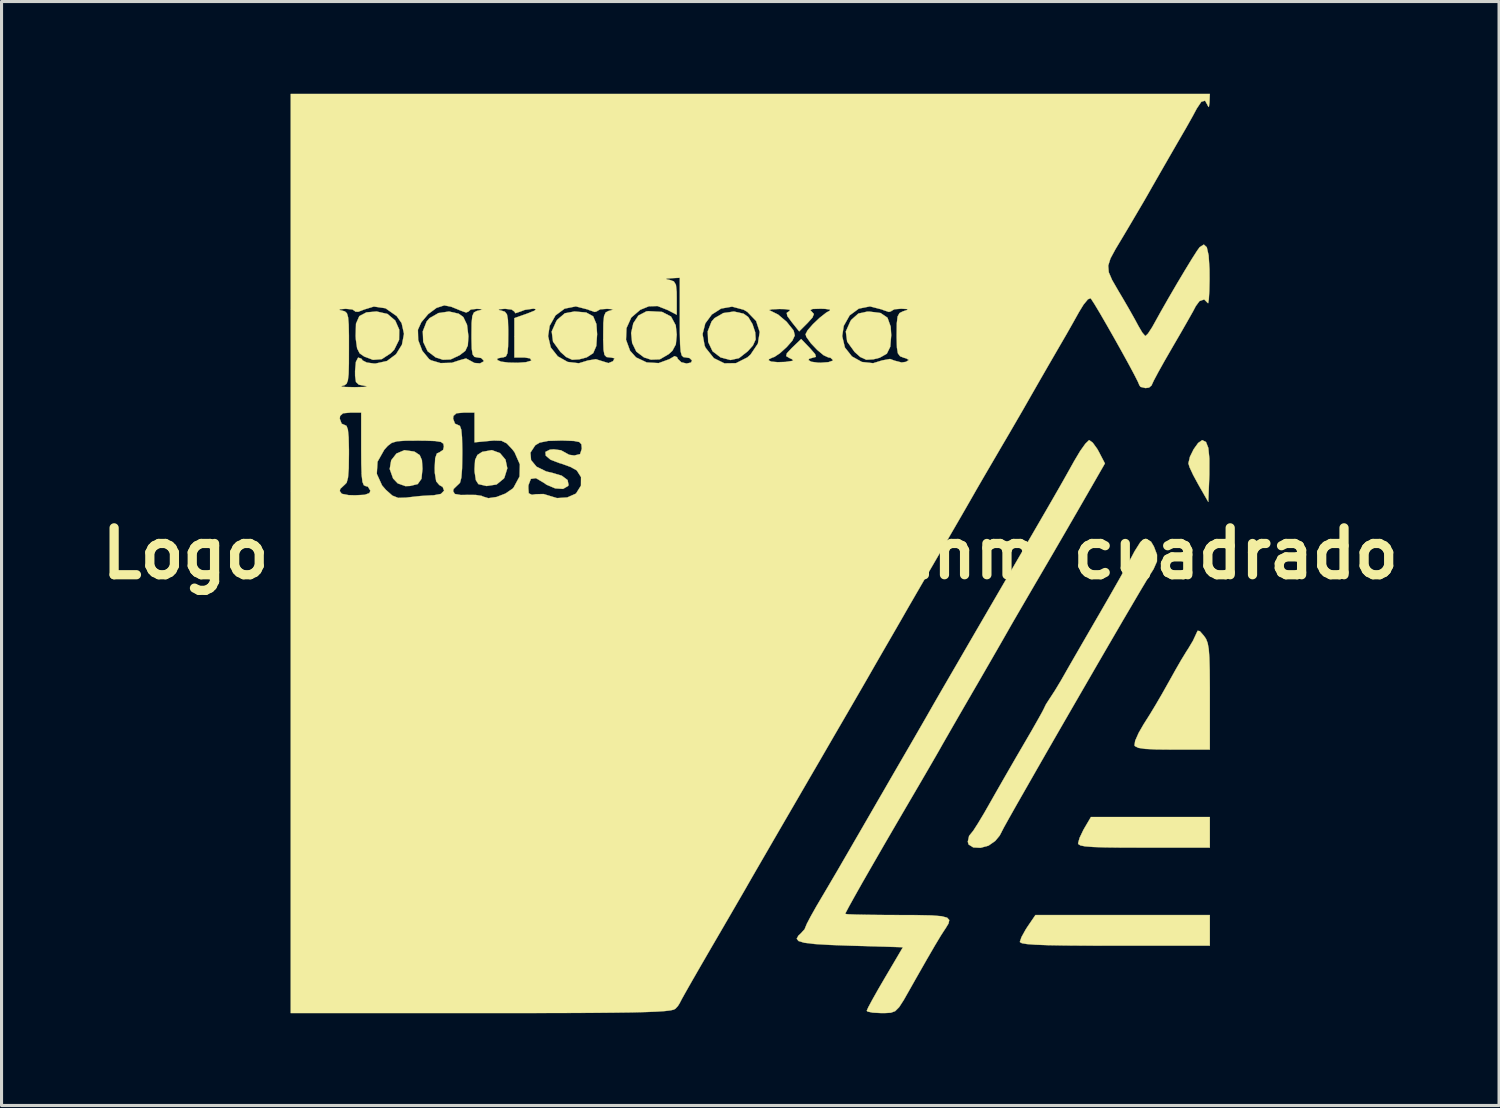
<source format=kicad_pcb>
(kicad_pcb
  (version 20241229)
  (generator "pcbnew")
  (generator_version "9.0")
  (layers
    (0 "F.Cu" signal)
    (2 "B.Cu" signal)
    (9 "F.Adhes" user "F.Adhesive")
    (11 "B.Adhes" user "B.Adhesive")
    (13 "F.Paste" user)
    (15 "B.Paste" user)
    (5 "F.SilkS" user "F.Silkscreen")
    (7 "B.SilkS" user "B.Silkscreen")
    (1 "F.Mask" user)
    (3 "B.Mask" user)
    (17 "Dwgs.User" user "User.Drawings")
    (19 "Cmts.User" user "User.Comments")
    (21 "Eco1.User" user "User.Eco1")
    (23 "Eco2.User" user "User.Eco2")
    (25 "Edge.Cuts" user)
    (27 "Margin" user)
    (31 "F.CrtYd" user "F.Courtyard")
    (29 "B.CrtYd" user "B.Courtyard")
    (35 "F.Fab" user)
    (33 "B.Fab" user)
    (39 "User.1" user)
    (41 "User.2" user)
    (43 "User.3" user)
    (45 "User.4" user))
  (footprint "Logo paradoxa 30x30 mm cuadrado"
    (layer "F.Cu")
    (at 21.343 14.946)
    (property "Reference" "Logo paradoxa 30x30 mm cuadrado" (at 0 0 0) (layer "F.SilkS") (effects (font (size 1.524 1.524) (thickness 0.3))))
    (attr through_hole)
    (fp_poly (pts (xy 14.941 9.562) (xy 12.8 9.562) (xy 12.081 9.561) (xy 11.538 9.554) (xy 11.148 9.541) (xy 10.889 9.521) (xy 10.736 9.491) (xy 10.668 9.45) (xy 10.658 9.419) (xy 10.706 9.246) (xy 10.826 8.994) (xy 10.867 8.921) (xy 11.076 8.566) (xy 14.941 8.566) (xy 14.941 9.562)) (stroke (width 0.01) (type solid)) (fill yes) (layer "F.SilkS"))
    (fp_poly (pts (xy -10.933 -3.316) (xy -10.907 -3.305) (xy -10.747 -3.2) (xy -10.675 -3.033) (xy -10.658 -2.752) (xy -10.69 -2.43) (xy -10.812 -2.258) (xy -11.067 -2.196) (xy -11.212 -2.191) (xy -11.462 -2.281) (xy -11.613 -2.44) (xy -11.723 -2.748) (xy -11.674 -3.032) (xy -11.503 -3.251) (xy -11.244 -3.36) (xy -10.933 -3.316)) (stroke (width 0.01) (type solid)) (fill yes) (layer "F.SilkS"))
    (fp_poly (pts (xy -8.137 -3.264) (xy -7.958 -3.052) (xy -7.899 -2.771) (xy -7.995 -2.464) (xy -8.01 -2.44) (xy -8.247 -2.245) (xy -8.574 -2.195) (xy -8.84 -2.257) (xy -8.921 -2.385) (xy -8.962 -2.654) (xy -8.965 -2.75) (xy -8.947 -3.041) (xy -8.872 -3.204) (xy -8.716 -3.305) (xy -8.401 -3.362) (xy -8.137 -3.264)) (stroke (width 0.01) (type solid)) (fill yes) (layer "F.SilkS"))
    (fp_poly (pts (xy 14.816 -3.626) (xy 14.892 -3.432) (xy 14.926 -3.086) (xy 14.925 -2.566) (xy 14.921 -2.457) (xy 14.891 -1.677) (xy 14.568 -2.242) (xy 14.4 -2.552) (xy 14.283 -2.803) (xy 14.244 -2.932) (xy 14.294 -3.145) (xy 14.414 -3.389) (xy 14.561 -3.594) (xy 14.691 -3.685) (xy 14.698 -3.685) (xy 14.816 -3.626)) (stroke (width 0.01) (type solid)) (fill yes) (layer "F.SilkS"))
    (fp_poly (pts (xy 14.941 12.75) (xy 11.853 12.75) (xy 10.952 12.748) (xy 10.232 12.743) (xy 9.678 12.733) (xy 9.272 12.718) (xy 8.996 12.697) (xy 8.834 12.67) (xy 8.769 12.635) (xy 8.765 12.624) (xy 8.818 12.469) (xy 8.951 12.229) (xy 9.018 12.125) (xy 9.271 11.754) (xy 14.941 11.754) (xy 14.941 12.75)) (stroke (width 0.01) (type solid)) (fill yes) (layer "F.SilkS"))
    (fp_poly (pts (xy -11.794 -7.788) (xy -11.543 -7.575) (xy -11.413 -7.279) (xy -11.418 -6.948) (xy -11.575 -6.629) (xy -11.69 -6.511) (xy -11.984 -6.319) (xy -12.266 -6.297) (xy -12.551 -6.404) (xy -12.7 -6.508) (xy -12.782 -6.669) (xy -12.822 -6.948) (xy -12.83 -7.072) (xy -12.819 -7.472) (xy -12.711 -7.718) (xy -12.48 -7.84) (xy -12.149 -7.869) (xy -11.794 -7.788)) (stroke (width 0.01) (type solid)) (fill yes) (layer "F.SilkS"))
    (fp_poly (pts (xy -5.334 -7.836) (xy -5.108 -7.711) (xy -5.003 -7.461) (xy -4.98 -7.131) (xy -5.006 -6.749) (xy -5.107 -6.514) (xy -5.317 -6.378) (xy -5.559 -6.314) (xy -5.791 -6.3) (xy -5.988 -6.39) (xy -6.172 -6.555) (xy -6.413 -6.889) (xy -6.456 -7.219) (xy -6.304 -7.559) (xy -6.268 -7.607) (xy -6.029 -7.811) (xy -5.714 -7.869) (xy -5.334 -7.836)) (stroke (width 0.01) (type solid)) (fill yes) (layer "F.SilkS"))
    (fp_poly (pts (xy -2.87 -7.856) (xy -2.578 -7.706) (xy -2.423 -7.42) (xy -2.391 -7.114) (xy -2.42 -6.8) (xy -2.533 -6.591) (xy -2.653 -6.482) (xy -2.941 -6.314) (xy -3.228 -6.303) (xy -3.455 -6.376) (xy -3.704 -6.564) (xy -3.841 -6.847) (xy -3.873 -7.171) (xy -3.803 -7.486) (xy -3.637 -7.737) (xy -3.38 -7.872) (xy -3.312 -7.88) (xy -2.87 -7.856)) (stroke (width 0.01) (type solid)) (fill yes) (layer "F.SilkS"))
    (fp_poly (pts (xy -0.218 -7.798) (xy -0.066 -7.688) (xy 0.072 -7.458) (xy 0.16 -7.194) (xy 0.175 -6.961) (xy 0.087 -6.765) (xy -0.08 -6.578) (xy -0.367 -6.352) (xy -0.643 -6.291) (xy -0.965 -6.376) (xy -1.226 -6.576) (xy -1.369 -6.88) (xy -1.383 -7.224) (xy -1.258 -7.543) (xy -1.164 -7.652) (xy -0.874 -7.819) (xy -0.532 -7.868) (xy -0.218 -7.798)) (stroke (width 0.01) (type solid)) (fill yes) (layer "F.SilkS"))
    (fp_poly (pts (xy 4.237 -7.819) (xy 4.461 -7.666) (xy 4.565 -7.376) (xy 4.582 -7.098) (xy 4.552 -6.725) (xy 4.44 -6.497) (xy 4.208 -6.366) (xy 4.004 -6.314) (xy 3.772 -6.3) (xy 3.575 -6.39) (xy 3.391 -6.555) (xy 3.15 -6.889) (xy 3.106 -7.219) (xy 3.258 -7.559) (xy 3.294 -7.607) (xy 3.514 -7.802) (xy 3.803 -7.865) (xy 3.867 -7.866) (xy 4.237 -7.819)) (stroke (width 0.01) (type solid)) (fill yes) (layer "F.SilkS"))
    (fp_poly (pts (xy -9.48 -7.797) (xy -9.329 -7.687) (xy -9.209 -7.436) (xy -9.164 -7.065) (xy -9.164 -7.061) (xy -9.183 -6.766) (xy -9.265 -6.589) (xy -9.447 -6.45) (xy -9.453 -6.446) (xy -9.743 -6.31) (xy -9.992 -6.3) (xy -10.228 -6.376) (xy -10.49 -6.576) (xy -10.633 -6.88) (xy -10.647 -7.224) (xy -10.522 -7.543) (xy -10.428 -7.652) (xy -10.136 -7.819) (xy -9.794 -7.868) (xy -9.48 -7.797)) (stroke (width 0.01) (type solid)) (fill yes) (layer "F.SilkS"))
    (fp_poly (pts (xy 14.616 2.524) (xy 14.749 2.676) (xy 14.819 2.778) (xy 14.87 2.91) (xy 14.905 3.102) (xy 14.926 3.385) (xy 14.937 3.792) (xy 14.941 4.353) (xy 14.941 4.643) (xy 14.941 6.375) (xy 13.743 6.375) (xy 13.207 6.37) (xy 12.841 6.352) (xy 12.618 6.318) (xy 12.51 6.265) (xy 12.491 6.237) (xy 12.514 6.087) (xy 12.627 5.832) (xy 12.785 5.557) (xy 12.988 5.237) (xy 13.176 4.926) (xy 13.382 4.573) (xy 13.633 4.127) (xy 13.824 3.785) (xy 14.007 3.467) (xy 14.181 3.182) (xy 14.242 3.088) (xy 14.393 2.835) (xy 14.484 2.64) (xy 14.544 2.511) (xy 14.616 2.524)) (stroke (width 0.01) (type solid)) (fill yes) (layer "F.SilkS"))
    (fp_poly (pts (xy 13.028 -0.388) (xy 13.123 -0.228) (xy 13.224 0.038) (xy 13.223 0.255) (xy 13.112 0.505) (xy 13.006 0.674) (xy 12.891 0.862) (xy 12.695 1.189) (xy 12.432 1.636) (xy 12.112 2.181) (xy 11.748 2.806) (xy 11.351 3.489) (xy 10.934 4.21) (xy 10.507 4.948) (xy 10.082 5.684) (xy 9.672 6.396) (xy 9.289 7.065) (xy 8.943 7.671) (xy 8.646 8.191) (xy 8.411 8.608) (xy 8.249 8.899) (xy 8.173 9.045) (xy 8.168 9.057) (xy 8.107 9.172) (xy 7.965 9.344) (xy 7.746 9.497) (xy 7.487 9.568) (xy 7.251 9.556) (xy 7.098 9.46) (xy 7.072 9.369) (xy 7.114 9.181) (xy 7.164 9.119) (xy 7.249 9.013) (xy 7.404 8.772) (xy 7.605 8.437) (xy 7.745 8.192) (xy 7.999 7.745) (xy 8.311 7.2) (xy 8.639 6.632) (xy 8.898 6.188) (xy 9.145 5.764) (xy 9.349 5.405) (xy 9.494 5.145) (xy 9.56 5.015) (xy 9.562 5.008) (xy 9.614 4.902) (xy 9.738 4.71) (xy 9.747 4.697) (xy 9.909 4.448) (xy 10.103 4.126) (xy 10.184 3.984) (xy 10.316 3.752) (xy 10.527 3.385) (xy 10.795 2.921) (xy 11.097 2.399) (xy 11.362 1.942) (xy 11.673 1.403) (xy 11.964 0.893) (xy 12.213 0.449) (xy 12.399 0.109) (xy 12.494 -0.072) (xy 12.685 -0.375) (xy 12.863 -0.48) (xy 13.028 -0.388)) (stroke (width 0.01) (type solid)) (fill yes) (layer "F.SilkS"))
    (fp_poly (pts (xy 11.134 -3.604) (xy 11.28 -3.402) (xy 11.333 -3.307) (xy 11.53 -2.929) (xy 11.132 -2.236) (xy 10.681 -1.453) (xy 10.259 -0.723) (xy 9.824 0.026) (xy 9.332 0.868) (xy 9.286 0.946) (xy 9.012 1.416) (xy 8.757 1.854) (xy 8.546 2.217) (xy 8.406 2.461) (xy 8.39 2.49) (xy 8.201 2.821) (xy 7.953 3.253) (xy 7.686 3.716) (xy 7.441 4.141) (xy 7.271 4.433) (xy 7.067 4.785) (xy 6.804 5.239) (xy 6.524 5.726) (xy 6.267 6.174) (xy 6.114 6.444) (xy 5.971 6.692) (xy 5.756 7.063) (xy 5.498 7.506) (xy 5.225 7.973) (xy 5.216 7.988) (xy 4.771 8.749) (xy 4.355 9.464) (xy 3.981 10.113) (xy 3.657 10.677) (xy 3.397 11.138) (xy 3.209 11.477) (xy 3.105 11.674) (xy 3.088 11.717) (xy 3.182 11.729) (xy 3.443 11.739) (xy 3.839 11.747) (xy 4.337 11.752) (xy 4.781 11.754) (xy 5.431 11.756) (xy 5.903 11.766) (xy 6.219 11.792) (xy 6.401 11.84) (xy 6.469 11.916) (xy 6.446 12.027) (xy 6.353 12.181) (xy 6.321 12.228) (xy 6.197 12.42) (xy 6.008 12.734) (xy 5.745 13.187) (xy 5.4 13.792) (xy 5.201 14.144) (xy 4.989 14.518) (xy 4.838 14.751) (xy 4.711 14.878) (xy 4.568 14.93) (xy 4.37 14.941) (xy 4.259 14.941) (xy 3.983 14.927) (xy 3.813 14.891) (xy 3.787 14.866) (xy 3.835 14.756) (xy 3.966 14.511) (xy 4.158 14.17) (xy 4.376 13.796) (xy 4.963 12.8) (xy 3.262 12.75) (xy 2.584 12.725) (xy 2.087 12.695) (xy 1.755 12.654) (xy 1.568 12.598) (xy 1.51 12.524) (xy 1.563 12.425) (xy 1.64 12.354) (xy 1.767 12.214) (xy 1.793 12.148) (xy 1.841 12.033) (xy 1.969 11.79) (xy 2.154 11.462) (xy 2.256 11.289) (xy 2.486 10.9) (xy 2.697 10.541) (xy 2.855 10.272) (xy 2.891 10.21) (xy 3.032 9.966) (xy 3.228 9.628) (xy 3.41 9.313) (xy 3.609 8.97) (xy 3.868 8.522) (xy 4.149 8.035) (xy 4.332 7.72) (xy 4.605 7.246) (xy 4.884 6.765) (xy 5.129 6.343) (xy 5.255 6.126) (xy 5.48 5.736) (xy 5.709 5.339) (xy 5.855 5.083) (xy 5.964 4.892) (xy 6.16 4.552) (xy 6.429 4.088) (xy 6.758 3.522) (xy 7.131 2.878) (xy 7.537 2.18) (xy 7.847 1.647) (xy 8.376 0.738) (xy 8.815 -0.018) (xy 9.176 -0.639) (xy 9.47 -1.146) (xy 9.708 -1.556) (xy 9.9 -1.89) (xy 10.058 -2.165) (xy 10.192 -2.401) (xy 10.314 -2.618) (xy 10.434 -2.833) (xy 10.534 -3.012) (xy 10.725 -3.332) (xy 10.894 -3.569) (xy 11.008 -3.681) (xy 11.022 -3.685) (xy 11.134 -3.604)) (stroke (width 0.01) (type solid)) (fill yes) (layer "F.SilkS"))
    (fp_poly (pts (xy 14.93 -14.667) (xy 14.91 -14.517) (xy 14.876 -14.554) (xy 14.873 -14.568) (xy 14.786 -14.724) (xy 14.664 -14.687) (xy 14.517 -14.468) (xy 14.369 -14.193) (xy 14.194 -13.882) (xy 14.173 -13.845) (xy 13.913 -13.397) (xy 13.613 -12.877) (xy 13.314 -12.357) (xy 13.056 -11.906) (xy 12.97 -11.754) (xy 12.813 -11.48) (xy 12.586 -11.094) (xy 12.325 -10.651) (xy 12.127 -10.318) (xy 11.872 -9.893) (xy 11.709 -9.591) (xy 11.637 -9.359) (xy 11.655 -9.144) (xy 11.763 -8.894) (xy 11.959 -8.554) (xy 12.1 -8.317) (xy 12.309 -7.958) (xy 12.501 -7.617) (xy 12.62 -7.396) (xy 12.745 -7.184) (xy 12.838 -7.076) (xy 12.849 -7.072) (xy 12.931 -7.151) (xy 13.061 -7.35) (xy 13.115 -7.446) (xy 13.341 -7.853) (xy 13.6 -8.307) (xy 13.87 -8.77) (xy 14.129 -9.204) (xy 14.354 -9.573) (xy 14.524 -9.839) (xy 14.612 -9.961) (xy 14.746 -10.045) (xy 14.842 -9.957) (xy 14.902 -9.692) (xy 14.93 -9.241) (xy 14.932 -8.915) (xy 14.924 -8.538) (xy 14.908 -8.267) (xy 14.888 -8.14) (xy 14.875 -8.143) (xy 14.758 -8.26) (xy 14.606 -8.209) (xy 14.484 -8.043) (xy 14.395 -7.874) (xy 14.226 -7.575) (xy 14.003 -7.185) (xy 13.747 -6.745) (xy 13.713 -6.686) (xy 13.466 -6.258) (xy 13.261 -5.891) (xy 13.116 -5.618) (xy 13.05 -5.475) (xy 13.049 -5.466) (xy 12.965 -5.395) (xy 12.849 -5.379) (xy 12.688 -5.418) (xy 12.65 -5.472) (xy 12.603 -5.584) (xy 12.477 -5.832) (xy 12.291 -6.179) (xy 12.066 -6.587) (xy 11.823 -7.021) (xy 11.582 -7.444) (xy 11.365 -7.819) (xy 11.191 -8.109) (xy 11.081 -8.278) (xy 11.062 -8.3) (xy 10.977 -8.265) (xy 10.834 -8.091) (xy 10.688 -7.852) (xy 10.487 -7.493) (xy 10.29 -7.145) (xy 10.19 -6.973) (xy 9.978 -6.608) (xy 9.707 -6.14) (xy 9.417 -5.637) (xy 9.149 -5.169) (xy 9.002 -4.912) (xy 8.86 -4.663) (xy 8.645 -4.293) (xy 8.387 -3.849) (xy 8.113 -3.383) (xy 8.105 -3.368) (xy 7.832 -2.901) (xy 7.572 -2.456) (xy 7.356 -2.083) (xy 7.211 -1.829) (xy 7.208 -1.824) (xy 7.078 -1.597) (xy 6.871 -1.237) (xy 6.608 -0.783) (xy 6.314 -0.276) (xy 6.113 0.069) (xy 5.814 0.584) (xy 5.535 1.064) (xy 5.299 1.472) (xy 5.126 1.77) (xy 5.056 1.893) (xy 4.904 2.158) (xy 4.697 2.517) (xy 4.482 2.889) (xy 4.265 3.264) (xy 4.058 3.623) (xy 3.908 3.885) (xy 3.813 4.051) (xy 3.63 4.368) (xy 3.373 4.812) (xy 3.055 5.36) (xy 2.688 5.991) (xy 2.288 6.682) (xy 1.945 7.271) (xy 1.524 7.997) (xy 1.125 8.683) (xy 0.763 9.307) (xy 0.451 9.846) (xy 0.201 10.277) (xy 0.028 10.577) (xy -0.047 10.708) (xy -0.167 10.918) (xy -0.368 11.265) (xy -0.63 11.717) (xy -0.933 12.238) (xy -1.257 12.794) (xy -1.282 12.837) (xy -1.588 13.365) (xy -1.857 13.832) (xy -2.074 14.213) (xy -2.223 14.479) (xy -2.289 14.606) (xy -2.291 14.612) (xy -2.352 14.71) (xy -2.433 14.799) (xy -2.488 14.829) (xy -2.596 14.854) (xy -2.774 14.875) (xy -3.033 14.893) (xy -3.389 14.907) (xy -3.856 14.919) (xy -4.447 14.927) (xy -5.177 14.934) (xy -6.06 14.938) (xy -7.109 14.94) (xy -8.339 14.941) (xy -8.758 14.941) (xy -14.941 14.941) (xy -14.941 -4.383) (xy -13.347 -4.383) (xy -13.285 -4.221) (xy -13.198 -4.184) (xy -13.127 -4.15) (xy -13.082 -4.026) (xy -13.058 -3.779) (xy -13.049 -3.376) (xy -13.049 -3.234) (xy -13.055 -2.77) (xy -13.078 -2.471) (xy -13.123 -2.302) (xy -13.194 -2.229) (xy -13.198 -2.227) (xy -13.33 -2.102) (xy -13.347 -2.031) (xy -13.281 -1.942) (xy -13.063 -1.899) (xy -12.849 -1.893) (xy -12.536 -1.909) (xy -12.383 -1.964) (xy -12.351 -2.042) (xy -12.431 -2.174) (xy -12.501 -2.191) (xy -12.565 -2.221) (xy -12.609 -2.332) (xy -12.635 -2.553) (xy -12.636 -2.591) (xy -12.143 -2.591) (xy -11.971 -2.213) (xy -11.848 -2.071) (xy -11.638 -1.884) (xy -11.449 -1.809) (xy -11.188 -1.817) (xy -11.087 -1.83) (xy -10.721 -1.87) (xy -10.374 -1.891) (xy -10.296 -1.893) (xy -10.06 -1.937) (xy -9.954 -2.043) (xy -10.001 -2.165) (xy -10.11 -2.227) (xy -10.211 -2.346) (xy -10.256 -2.619) (xy -10.26 -2.786) (xy -10.244 -3.1) (xy -10.189 -3.254) (xy -10.11 -3.287) (xy -9.987 -3.369) (xy -9.961 -3.478) (xy -9.979 -3.571) (xy -10.059 -3.628) (xy -10.24 -3.657) (xy -10.561 -3.669) (xy -10.804 -3.671) (xy -11.218 -3.668) (xy -11.484 -3.649) (xy -11.656 -3.598) (xy -11.785 -3.501) (xy -11.9 -3.373) (xy -12.119 -2.985) (xy -12.143 -2.591) (xy -12.636 -2.591) (xy -12.647 -2.915) (xy -12.65 -3.387) (xy -12.65 -4.383) (xy -9.662 -4.383) (xy -9.6 -4.221) (xy -9.513 -4.184) (xy -9.441 -4.15) (xy -9.396 -4.026) (xy -9.372 -3.779) (xy -9.363 -3.376) (xy -9.363 -3.234) (xy -9.37 -2.77) (xy -9.393 -2.471) (xy -9.437 -2.302) (xy -9.509 -2.229) (xy -9.513 -2.227) (xy -9.645 -2.099) (xy -9.662 -2.027) (xy -9.605 -1.936) (xy -9.412 -1.903) (xy -9.216 -1.906) (xy -8.929 -1.905) (xy -8.731 -1.873) (xy -8.693 -1.853) (xy -8.516 -1.799) (xy -8.249 -1.838) (xy -7.961 -1.949) (xy -7.726 -2.11) (xy -7.695 -2.144) (xy -7.69 -2.153) (xy -7.217 -2.153) (xy -7.203 -1.958) (xy -7.1 -1.909) (xy -6.972 -1.928) (xy -6.722 -1.934) (xy -6.569 -1.888) (xy -6.284 -1.802) (xy -5.951 -1.823) (xy -5.677 -1.944) (xy -5.661 -1.958) (xy -5.505 -2.207) (xy -5.503 -2.485) (xy -5.641 -2.702) (xy -5.839 -2.813) (xy -6.131 -2.92) (xy -6.213 -2.943) (xy -6.496 -3.052) (xy -6.65 -3.183) (xy -6.66 -3.303) (xy -6.514 -3.377) (xy -6.388 -3.387) (xy -6.155 -3.357) (xy -6.026 -3.287) (xy -5.889 -3.21) (xy -5.722 -3.187) (xy -5.534 -3.232) (xy -5.479 -3.4) (xy -5.478 -3.426) (xy -5.491 -3.553) (xy -5.559 -3.625) (xy -5.727 -3.659) (xy -6.039 -3.672) (xy -6.144 -3.674) (xy -6.569 -3.662) (xy -6.844 -3.607) (xy -6.991 -3.52) (xy -7.148 -3.28) (xy -7.127 -3.037) (xy -6.949 -2.823) (xy -6.631 -2.667) (xy -6.439 -2.623) (xy -6.128 -2.53) (xy -5.94 -2.389) (xy -5.908 -2.228) (xy -5.924 -2.196) (xy -6.087 -2.101) (xy -6.342 -2.118) (xy -6.623 -2.237) (xy -6.711 -2.299) (xy -6.968 -2.451) (xy -7.134 -2.427) (xy -7.211 -2.226) (xy -7.217 -2.153) (xy -7.69 -2.153) (xy -7.501 -2.504) (xy -7.491 -2.899) (xy -7.664 -3.293) (xy -7.738 -3.39) (xy -7.919 -3.582) (xy -8.09 -3.666) (xy -8.336 -3.674) (xy -8.485 -3.661) (xy -8.965 -3.615) (xy -8.965 -4.582) (xy -9.313 -4.582) (xy -9.554 -4.56) (xy -9.651 -4.473) (xy -9.662 -4.383) (xy -12.65 -4.383) (xy -12.65 -4.582) (xy -12.999 -4.582) (xy -13.239 -4.56) (xy -13.336 -4.473) (xy -13.347 -4.383) (xy -14.941 -4.383) (xy -14.941 -7.94) (xy -13.356 -7.94) (xy -13.347 -7.915) (xy -13.273 -7.898) (xy -13.178 -7.871) (xy -13.114 -7.811) (xy -13.076 -7.681) (xy -13.056 -7.449) (xy -13.049 -7.08) (xy -13.049 -6.674) (xy -13.05 -6.173) (xy -13.059 -5.836) (xy -13.083 -5.63) (xy -13.126 -5.519) (xy -13.196 -5.469) (xy -13.273 -5.449) (xy -13.299 -5.428) (xy -13.156 -5.414) (xy -12.875 -5.408) (xy -12.849 -5.408) (xy -12.576 -5.415) (xy -12.454 -5.429) (xy -12.506 -5.448) (xy -12.526 -5.451) (xy -12.726 -5.489) (xy -12.82 -5.578) (xy -12.848 -5.777) (xy -12.849 -5.933) (xy -12.822 -6.23) (xy -12.75 -6.37) (xy -12.645 -6.336) (xy -12.6 -6.275) (xy -12.468 -6.209) (xy -12.226 -6.176) (xy -12.188 -6.176) (xy -11.811 -6.259) (xy -11.517 -6.479) (xy -11.325 -6.789) (xy -11.258 -7.141) (xy -11.287 -7.276) (xy -10.806 -7.276) (xy -10.797 -6.939) (xy -10.664 -6.591) (xy -10.445 -6.325) (xy -10.384 -6.283) (xy -10.071 -6.191) (xy -9.703 -6.201) (xy -9.446 -6.285) (xy -9.241 -6.342) (xy -9.133 -6.285) (xy -8.97 -6.196) (xy -8.787 -6.182) (xy -8.673 -6.243) (xy -8.666 -6.275) (xy -8.684 -6.292) (xy -8.228 -6.292) (xy -8.101 -6.238) (xy -7.852 -6.207) (xy -7.558 -6.201) (xy -7.292 -6.221) (xy -7.132 -6.267) (xy -7.118 -6.281) (xy -7.162 -6.345) (xy -7.347 -6.375) (xy -7.365 -6.375) (xy -7.67 -6.375) (xy -7.67 -7.068) (xy -6.574 -7.068) (xy -6.487 -6.7) (xy -6.258 -6.41) (xy -5.937 -6.229) (xy -5.574 -6.186) (xy -5.278 -6.276) (xy -5.02 -6.318) (xy -4.834 -6.259) (xy -4.612 -6.191) (xy -4.468 -6.25) (xy -4.46 -6.258) (xy -4.413 -6.347) (xy -4.539 -6.375) (xy -4.562 -6.375) (xy -4.674 -6.389) (xy -4.74 -6.458) (xy -4.771 -6.624) (xy -4.781 -6.929) (xy -4.781 -6.95) (xy -4.04 -6.95) (xy -3.909 -6.593) (xy -3.714 -6.376) (xy -3.367 -6.212) (xy -2.978 -6.191) (xy -2.631 -6.318) (xy -2.622 -6.324) (xy -2.46 -6.418) (xy -2.382 -6.385) (xy -2.354 -6.324) (xy -2.242 -6.218) (xy -2.07 -6.177) (xy -1.927 -6.209) (xy -1.893 -6.275) (xy -1.976 -6.356) (xy -2.092 -6.375) (xy -2.173 -6.386) (xy -2.229 -6.44) (xy -2.263 -6.569) (xy -2.282 -6.805) (xy -2.289 -7.132) (xy -1.552 -7.132) (xy -1.483 -6.755) (xy -1.451 -6.686) (xy -1.184 -6.351) (xy -0.841 -6.183) (xy -0.464 -6.189) (xy -0.282 -6.281) (xy 0.598 -6.281) (xy 0.684 -6.239) (xy 0.891 -6.221) (xy 1.142 -6.229) (xy 1.36 -6.262) (xy 1.395 -6.272) (xy 1.36 -6.316) (xy 1.266 -6.36) (xy 1.167 -6.42) (xy 1.189 -6.509) (xy 1.345 -6.676) (xy 1.372 -6.702) (xy 1.655 -6.973) (xy 1.942 -6.674) (xy 2.108 -6.483) (xy 2.134 -6.393) (xy 2.061 -6.375) (xy 1.916 -6.333) (xy 1.893 -6.289) (xy 1.981 -6.235) (xy 2.202 -6.205) (xy 2.291 -6.203) (xy 2.541 -6.222) (xy 2.679 -6.27) (xy 2.689 -6.289) (xy 2.608 -6.365) (xy 2.539 -6.375) (xy 2.385 -6.446) (xy 2.176 -6.62) (xy 1.97 -6.837) (xy 1.827 -7.037) (xy 1.817 -7.068) (xy 2.988 -7.068) (xy 3.076 -6.698) (xy 3.305 -6.408) (xy 3.628 -6.228) (xy 3.994 -6.188) (xy 4.29 -6.279) (xy 4.544 -6.325) (xy 4.689 -6.271) (xy 4.921 -6.211) (xy 5.063 -6.232) (xy 5.156 -6.292) (xy 5.075 -6.342) (xy 4.994 -6.365) (xy 4.871 -6.413) (xy 4.8 -6.507) (xy 4.768 -6.694) (xy 4.759 -7.022) (xy 4.759 -7.122) (xy 4.764 -7.489) (xy 4.79 -7.705) (xy 4.851 -7.817) (xy 4.962 -7.873) (xy 4.994 -7.883) (xy 5.128 -7.928) (xy 5.088 -7.949) (xy 4.906 -7.959) (xy 4.686 -7.941) (xy 4.583 -7.884) (xy 4.582 -7.877) (xy 4.506 -7.854) (xy 4.319 -7.917) (xy 4.282 -7.934) (xy 3.891 -8.035) (xy 3.528 -7.962) (xy 3.231 -7.743) (xy 3.039 -7.403) (xy 2.988 -7.068) (xy 1.817 -7.068) (xy 1.796 -7.127) (xy 1.864 -7.258) (xy 2.036 -7.455) (xy 2.257 -7.665) (xy 2.471 -7.833) (xy 2.59 -7.899) (xy 2.593 -7.931) (xy 2.435 -7.954) (xy 2.291 -7.959) (xy 2.028 -7.951) (xy 1.949 -7.914) (xy 1.992 -7.871) (xy 2.068 -7.787) (xy 2.021 -7.67) (xy 1.866 -7.499) (xy 1.59 -7.223) (xy 1.352 -7.521) (xy 1.206 -7.719) (xy 1.184 -7.823) (xy 1.275 -7.886) (xy 1.279 -7.887) (xy 1.287 -7.924) (xy 1.131 -7.946) (xy 0.946 -7.95) (xy 0.705 -7.94) (xy 0.61 -7.917) (xy 0.647 -7.897) (xy 0.905 -7.769) (xy 1.18 -7.536) (xy 1.395 -7.268) (xy 1.413 -7.236) (xy 1.447 -7.089) (xy 1.369 -6.922) (xy 1.185 -6.713) (xy 0.964 -6.512) (xy 0.782 -6.391) (xy 0.728 -6.375) (xy 0.608 -6.318) (xy 0.598 -6.281) (xy -0.282 -6.281) (xy -0.096 -6.375) (xy 0.008 -6.467) (xy 0.248 -6.825) (xy 0.307 -7.203) (xy 0.19 -7.561) (xy -0.095 -7.856) (xy -0.213 -7.926) (xy -0.591 -8.027) (xy -0.948 -7.964) (xy -1.25 -7.771) (xy -1.463 -7.482) (xy -1.552 -7.132) (xy -2.289 -7.132) (xy -2.29 -7.179) (xy -2.291 -7.67) (xy -2.291 -8.965) (xy -2.565 -8.951) (xy -2.736 -8.938) (xy -2.717 -8.916) (xy -2.615 -8.894) (xy -2.485 -8.847) (xy -2.417 -8.736) (xy -2.393 -8.507) (xy -2.391 -8.308) (xy -2.391 -7.764) (xy -2.684 -7.916) (xy -3.014 -8.046) (xy -3.297 -8.038) (xy -3.577 -7.924) (xy -3.869 -7.673) (xy -4.025 -7.329) (xy -4.04 -6.95) (xy -4.781 -6.95) (xy -4.781 -7.115) (xy -4.777 -7.496) (xy -4.754 -7.721) (xy -4.702 -7.837) (xy -4.606 -7.887) (xy -4.557 -7.898) (xy -4.455 -7.929) (xy -4.542 -7.948) (xy -4.657 -7.955) (xy -4.877 -7.94) (xy -4.979 -7.884) (xy -4.98 -7.877) (xy -5.057 -7.854) (xy -5.244 -7.917) (xy -5.28 -7.934) (xy -5.671 -8.035) (xy -6.035 -7.962) (xy -6.332 -7.743) (xy -6.523 -7.403) (xy -6.574 -7.068) (xy -7.67 -7.068) (xy -7.67 -7.653) (xy -7.246 -7.803) (xy -7.014 -7.896) (xy -6.966 -7.946) (xy -7.054 -7.961) (xy -7.329 -7.922) (xy -7.477 -7.866) (xy -7.636 -7.813) (xy -7.67 -7.866) (xy -7.757 -7.932) (xy -7.968 -7.956) (xy -7.994 -7.955) (xy -8.177 -7.94) (xy -8.167 -7.915) (xy -8.093 -7.898) (xy -7.978 -7.861) (xy -7.911 -7.775) (xy -7.879 -7.595) (xy -7.869 -7.276) (xy -7.869 -7.115) (xy -7.874 -6.736) (xy -7.895 -6.514) (xy -7.945 -6.408) (xy -8.034 -6.376) (xy -8.074 -6.375) (xy -8.216 -6.343) (xy -8.228 -6.292) (xy -8.684 -6.292) (xy -8.749 -6.356) (xy -8.865 -6.375) (xy -8.967 -6.393) (xy -9.027 -6.474) (xy -9.056 -6.659) (xy -9.064 -6.991) (xy -9.064 -7.115) (xy -9.06 -7.496) (xy -9.037 -7.721) (xy -8.985 -7.837) (xy -8.889 -7.887) (xy -8.84 -7.898) (xy -8.709 -7.93) (xy -8.761 -7.947) (xy -8.89 -7.955) (xy -9.088 -7.933) (xy -9.164 -7.866) (xy -9.239 -7.835) (xy -9.43 -7.903) (xy -9.458 -7.916) (xy -9.724 -8.024) (xy -9.948 -8.068) (xy -10.2 -7.987) (xy -10.471 -7.785) (xy -10.696 -7.519) (xy -10.806 -7.276) (xy -11.287 -7.276) (xy -11.335 -7.491) (xy -11.496 -7.72) (xy -11.859 -7.974) (xy -12.238 -8.03) (xy -12.546 -7.936) (xy -12.747 -7.859) (xy -12.847 -7.866) (xy -12.849 -7.877) (xy -12.936 -7.936) (xy -13.148 -7.956) (xy -13.173 -7.955) (xy -13.356 -7.94) (xy -14.941 -7.94) (xy -14.941 -14.941) (xy 14.941 -14.941) (xy 14.93 -14.667)) (stroke (width 0.01) (type solid)) (fill yes) (layer "F.SilkS")))
  (gr_rect
    (start -3 -3)
    (end 45.687 32.892)
    (stroke (width 0.1) (type default))
    (fill no)
    (layer "Edge.Cuts")))
</source>
